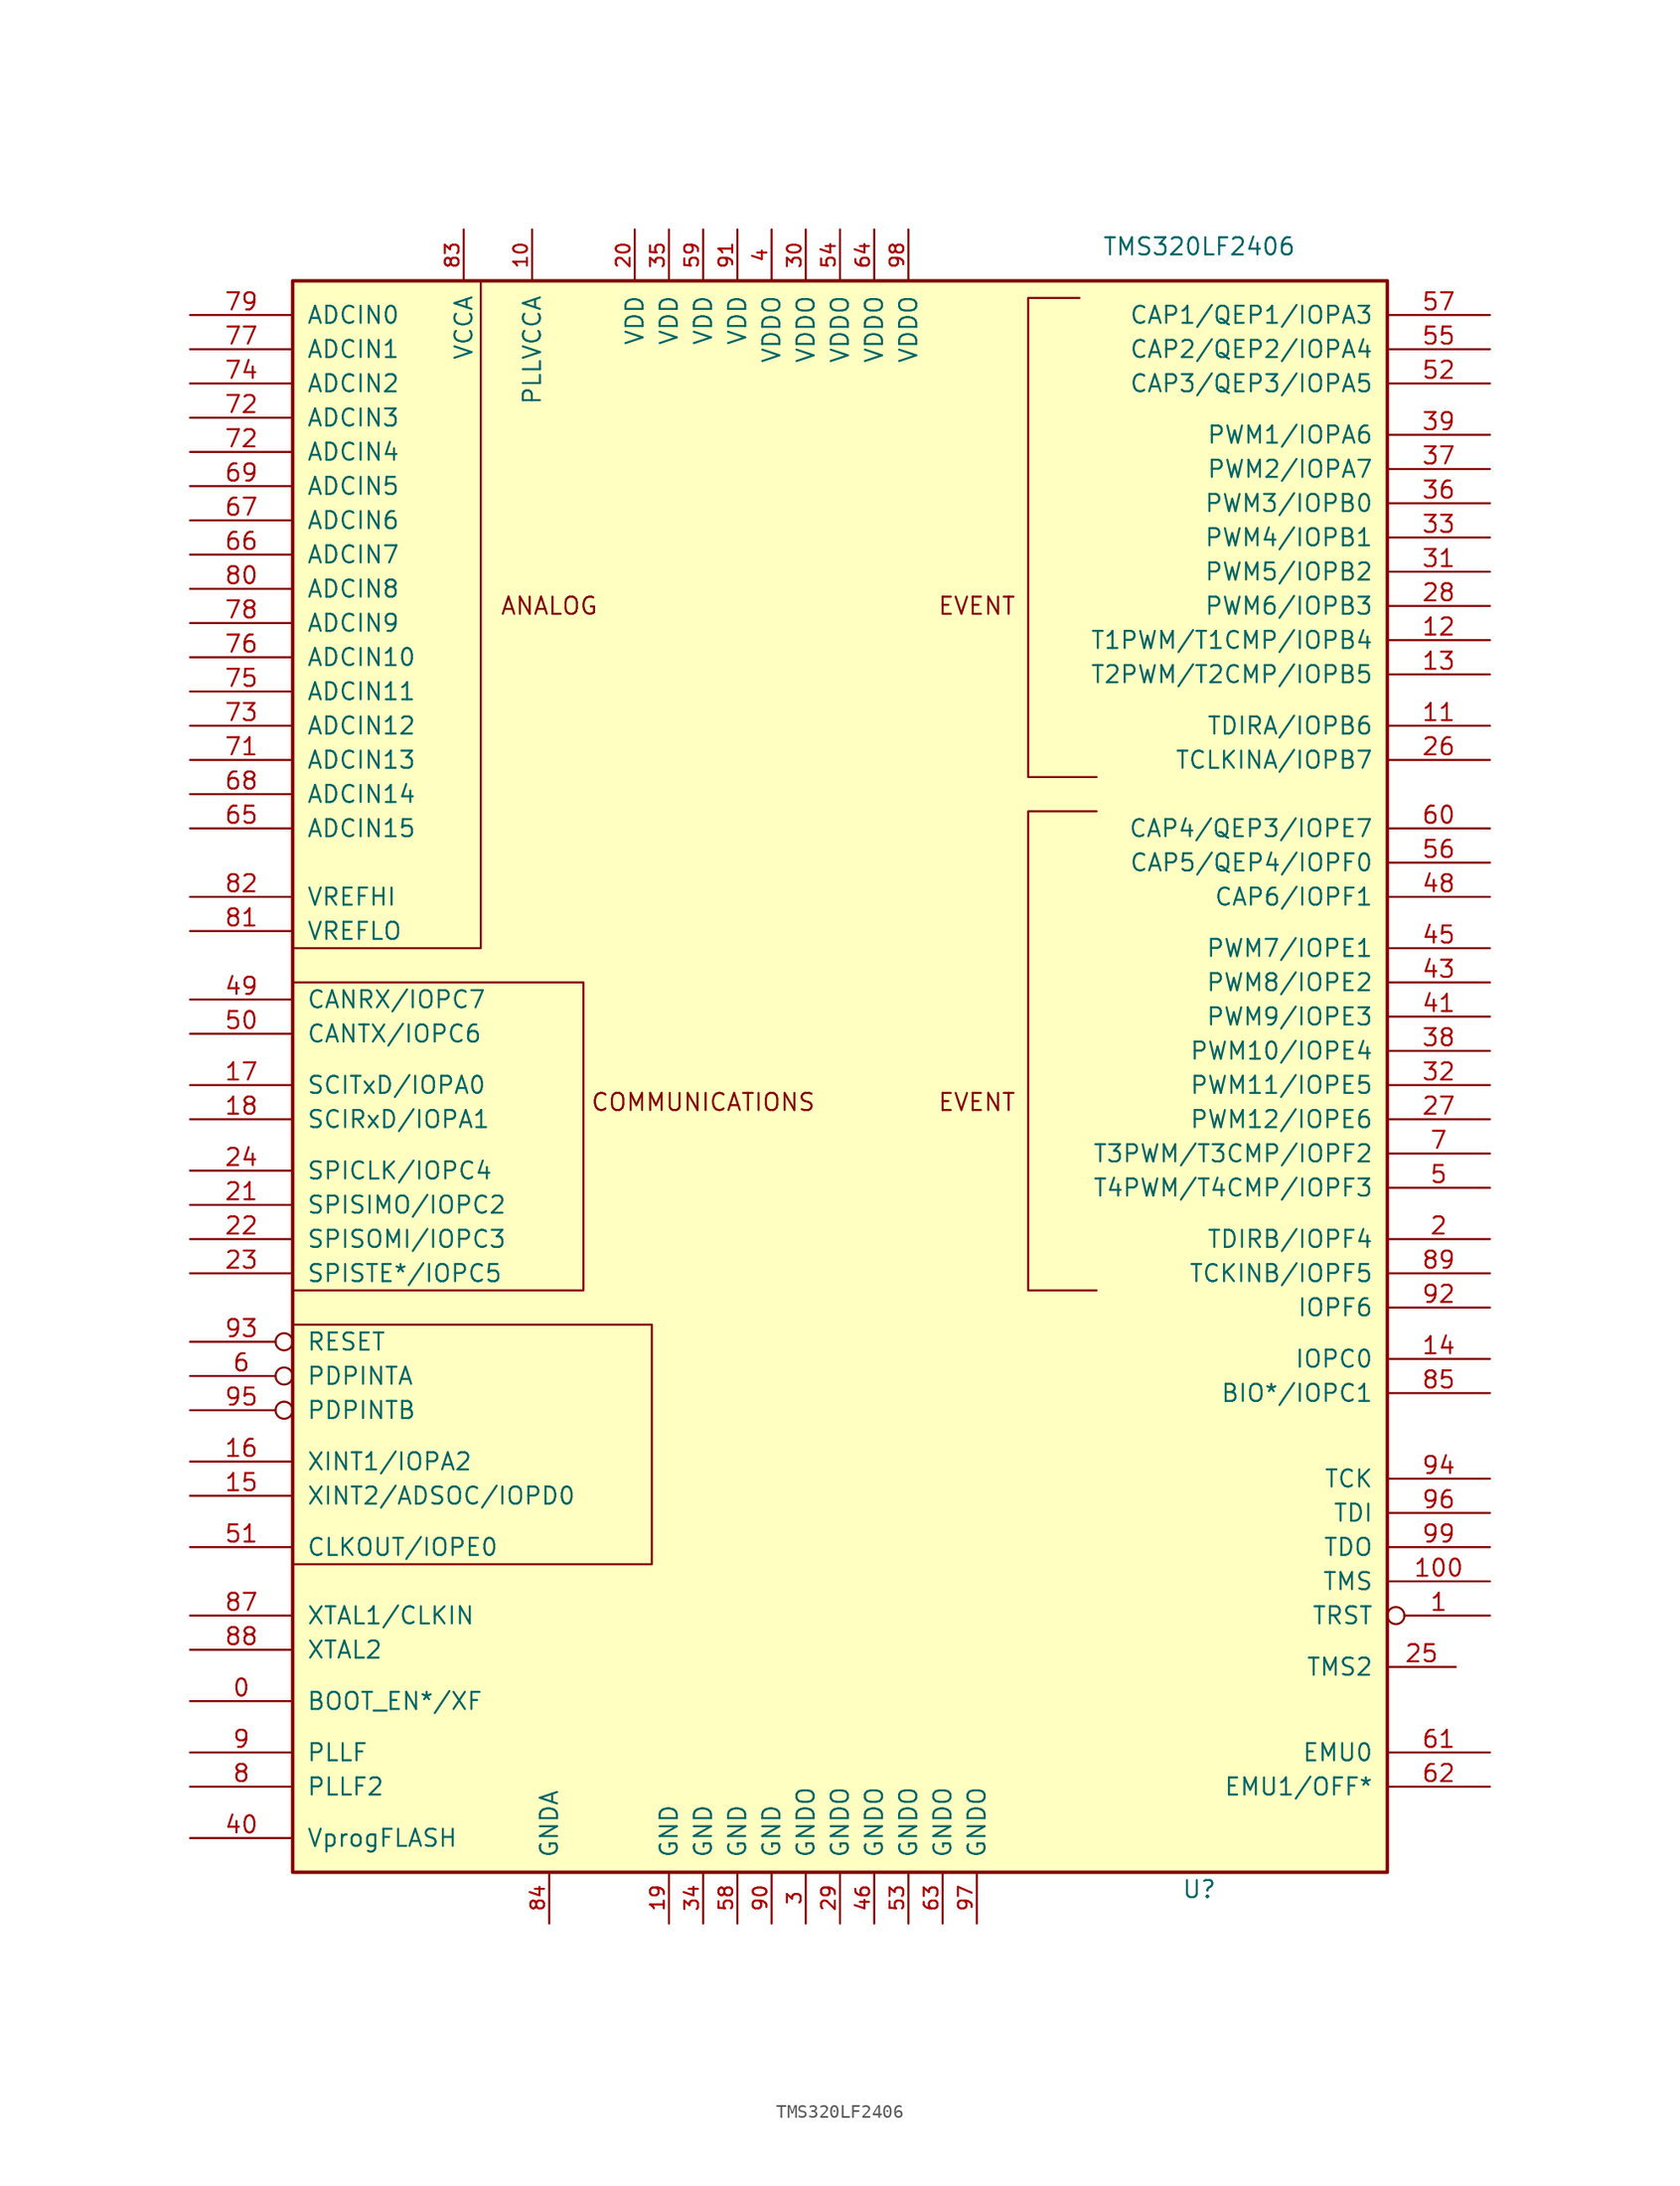
<source format=kicad_sym>
(kicad_symbol_lib
  (version 20211014)
  (generator kicad_symbol_editor)
  (symbol "TMS320LF2406"
    (pin_names
      (offset 1.016))
    (property "Reference" "U"
      (at 26.67 -60.96 0)
      (effects (font (size 1.27 1.27))))
    (property "Value" "TMS320LF2406"
      (at 26.67 60.96 0)
      (effects (font (size 1.27 1.27))))
    (symbol "TMS320LF2406_0_1"
      (rectangle (start -40.64 58.42) (end 40.64 -59.69) (stroke (width 0.254) (type default) (color 0 0 0 0)) (fill (type background)))
      (polyline (pts (xy -26.67 58.42) (xy -26.67 8.89) (xy -40.64 8.89)) (stroke (width 0) (type default) (color 0 0 0 0)) (fill (type none)))
      (polyline (pts (xy -40.64 -19.05) (xy -13.97 -19.05) (xy -13.97 -36.83) (xy -40.64 -36.83)) (stroke (width 0) (type default) (color 0 0 0 0)) (fill (type none)))
      (polyline (pts (xy -40.64 6.35) (xy -19.05 6.35) (xy -19.05 -16.51) (xy -40.64 -16.51)) (stroke (width 0) (type default) (color 0 0 0 0)) (fill (type none)))
      (polyline (pts (xy 17.78 57.15) (xy 13.97 57.15) (xy 13.97 21.59) (xy 19.05 21.59)) (stroke (width 0) (type default) (color 0 0 0 0)) (fill (type none)))
      (polyline (pts (xy 19.05 19.05) (xy 13.97 19.05) (xy 13.97 -16.51) (xy 19.05 -16.51)) (stroke (width 0) (type default) (color 0 0 0 0)) (fill (type none)))
      (text "ANALOG" (at -21.59 34.29 0) (effects (font (size 1.27 1.27))))
      (text "COMMUNICATIONS" (at -10.16 -2.54 0) (effects (font (size 1.27 1.27))))
      (text "EVENT" (at 10.16 -2.54 0) (effects (font (size 1.27 1.27))))
      (text "EVENT" (at 10.16 34.29 0) (effects (font (size 1.27 1.27))))
      (pin input line (at -48.26 53.34 0) (length 7.62) (name "ADCIN1" (effects (font (size 1.27 1.27)))) (number "77" (effects (font (size 1.27 1.27))))))
    (symbol "TMS320LF2406_1_1"
      (pin input line (at -48.26 -46.99 0) (length 7.62) (name "BOOT_EN*/XF" (effects (font (size 1.27 1.27)))) (number "0" (effects (font (size 1.27 1.27)))))
      (pin input inverted (at 48.26 -40.64 180) (length 7.62) (name "TRST" (effects (font (size 1.27 1.27)))) (number "1" (effects (font (size 1.27 1.27)))))
      (pin power_in line (at -22.86 62.23 270) (length 3.81) (name "PLLVCCA" (effects (font (size 1.27 1.27)))) (number "10" (effects (font (size 1.016 1.016)))))
      (pin input line (at 48.26 -38.1 180) (length 7.62) (name "TMS" (effects (font (size 1.27 1.27)))) (number "100" (effects (font (size 1.27 1.27)))))
      (pin bidirectional line (at 48.26 25.4 180) (length 7.62) (name "TDIRA/IOPB6" (effects (font (size 1.27 1.27)))) (number "11" (effects (font (size 1.27 1.27)))))
      (pin bidirectional line (at 48.26 31.75 180) (length 7.62) (name "T1PWM/T1CMP/IOPB4" (effects (font (size 1.27 1.27)))) (number "12" (effects (font (size 1.27 1.27)))))
      (pin bidirectional line (at 48.26 29.21 180) (length 7.62) (name "T2PWM/T2CMP/IOPB5" (effects (font (size 1.27 1.27)))) (number "13" (effects (font (size 1.27 1.27)))))
      (pin bidirectional line (at 48.26 -21.59 180) (length 7.62) (name "IOPC0" (effects (font (size 1.27 1.27)))) (number "14" (effects (font (size 1.27 1.27)))))
      (pin bidirectional line (at -48.26 -31.75 0) (length 7.62) (name "XINT2/ADSOC/IOPD0" (effects (font (size 1.27 1.27)))) (number "15" (effects (font (size 1.27 1.27)))))
      (pin bidirectional line (at -48.26 -29.21 0) (length 7.62) (name "XINT1/IOPA2" (effects (font (size 1.27 1.27)))) (number "16" (effects (font (size 1.27 1.27)))))
      (pin bidirectional line (at -48.26 -1.27 0) (length 7.62) (name "SCITxD/IOPA0" (effects (font (size 1.27 1.27)))) (number "17" (effects (font (size 1.27 1.27)))))
      (pin bidirectional line (at -48.26 -3.81 0) (length 7.62) (name "SCIRxD/IOPA1" (effects (font (size 1.27 1.27)))) (number "18" (effects (font (size 1.27 1.27)))))
      (pin power_in line (at -12.7 -63.5 90) (length 3.81) (name "GND" (effects (font (size 1.27 1.27)))) (number "19" (effects (font (size 1.016 1.016)))))
      (pin bidirectional line (at 48.26 -12.7 180) (length 7.62) (name "TDIRB/IOPF4" (effects (font (size 1.27 1.27)))) (number "2" (effects (font (size 1.27 1.27)))))
      (pin power_in line (at -15.24 62.23 270) (length 3.81) (name "VDD" (effects (font (size 1.27 1.27)))) (number "20" (effects (font (size 1.016 1.016)))))
      (pin bidirectional line (at -48.26 -10.16 0) (length 7.62) (name "SPISIMO/IOPC2" (effects (font (size 1.27 1.27)))) (number "21" (effects (font (size 1.27 1.27)))))
      (pin bidirectional line (at -48.26 -12.7 0) (length 7.62) (name "SPISOMI/IOPC3" (effects (font (size 1.27 1.27)))) (number "22" (effects (font (size 1.27 1.27)))))
      (pin bidirectional line (at -48.26 -15.24 0) (length 7.62) (name "SPISTE*/IOPC5" (effects (font (size 1.27 1.27)))) (number "23" (effects (font (size 1.27 1.27)))))
      (pin bidirectional line (at -48.26 -7.62 0) (length 7.62) (name "SPICLK/IOPC4" (effects (font (size 1.27 1.27)))) (number "24" (effects (font (size 1.27 1.27)))))
      (pin input line (at 45.72 -44.45 180) (length 5.08) (name "TMS2" (effects (font (size 1.27 1.27)))) (number "25" (effects (font (size 1.27 1.27)))))
      (pin bidirectional line (at 48.26 22.86 180) (length 7.62) (name "TCLKINA/IOPB7" (effects (font (size 1.27 1.27)))) (number "26" (effects (font (size 1.27 1.27)))))
      (pin bidirectional line (at 48.26 -3.81 180) (length 7.62) (name "PWM12/IOPE6" (effects (font (size 1.27 1.27)))) (number "27" (effects (font (size 1.27 1.27)))))
      (pin bidirectional line (at 48.26 34.29 180) (length 7.62) (name "PWM6/IOPB3" (effects (font (size 1.27 1.27)))) (number "28" (effects (font (size 1.27 1.27)))))
      (pin power_in line (at 0 -63.5 90) (length 3.81) (name "GNDO" (effects (font (size 1.27 1.27)))) (number "29" (effects (font (size 1.016 1.016)))))
      (pin power_in line (at -2.54 -63.5 90) (length 3.81) (name "GNDO" (effects (font (size 1.27 1.27)))) (number "3" (effects (font (size 1.016 1.016)))))
      (pin power_in line (at -2.54 62.23 270) (length 3.81) (name "VDDO" (effects (font (size 1.27 1.27)))) (number "30" (effects (font (size 1.016 1.016)))))
      (pin bidirectional line (at 48.26 36.83 180) (length 7.62) (name "PWM5/IOPB2" (effects (font (size 1.27 1.27)))) (number "31" (effects (font (size 1.27 1.27)))))
      (pin bidirectional line (at 48.26 -1.27 180) (length 7.62) (name "PWM11/IOPE5" (effects (font (size 1.27 1.27)))) (number "32" (effects (font (size 1.27 1.27)))))
      (pin bidirectional line (at 48.26 39.37 180) (length 7.62) (name "PWM4/IOPB1" (effects (font (size 1.27 1.27)))) (number "33" (effects (font (size 1.27 1.27)))))
      (pin power_in line (at -10.16 -63.5 90) (length 3.81) (name "GND" (effects (font (size 1.27 1.27)))) (number "34" (effects (font (size 1.016 1.016)))))
      (pin power_in line (at -12.7 62.23 270) (length 3.81) (name "VDD" (effects (font (size 1.27 1.27)))) (number "35" (effects (font (size 1.016 1.016)))))
      (pin bidirectional line (at 48.26 41.91 180) (length 7.62) (name "PWM3/IOPB0" (effects (font (size 1.27 1.27)))) (number "36" (effects (font (size 1.27 1.27)))))
      (pin bidirectional line (at 48.26 44.45 180) (length 7.62) (name "PWM2/IOPA7" (effects (font (size 1.27 1.27)))) (number "37" (effects (font (size 1.27 1.27)))))
      (pin bidirectional line (at 48.26 1.27 180) (length 7.62) (name "PWM10/IOPE4" (effects (font (size 1.27 1.27)))) (number "38" (effects (font (size 1.27 1.27)))))
      (pin bidirectional line (at 48.26 46.99 180) (length 7.62) (name "PWM1/IOPA6" (effects (font (size 1.27 1.27)))) (number "39" (effects (font (size 1.27 1.27)))))
      (pin power_in line (at -5.08 62.23 270) (length 3.81) (name "VDDO" (effects (font (size 1.27 1.27)))) (number "4" (effects (font (size 1.016 1.016)))))
      (pin input line (at -48.26 -57.15 0) (length 7.62) (name "VprogFLASH" (effects (font (size 1.27 1.27)))) (number "40" (effects (font (size 1.27 1.27)))))
      (pin bidirectional line (at 48.26 3.81 180) (length 7.62) (name "PWM9/IOPE3" (effects (font (size 1.27 1.27)))) (number "41" (effects (font (size 1.27 1.27)))))
      (pin bidirectional line (at 48.26 6.35 180) (length 7.62) (name "PWM8/IOPE2" (effects (font (size 1.27 1.27)))) (number "43" (effects (font (size 1.27 1.27)))))
      (pin bidirectional line (at 48.26 8.89 180) (length 7.62) (name "PWM7/IOPE1" (effects (font (size 1.27 1.27)))) (number "45" (effects (font (size 1.27 1.27)))))
      (pin power_in line (at 2.54 -63.5 90) (length 3.81) (name "GNDO" (effects (font (size 1.27 1.27)))) (number "46" (effects (font (size 1.016 1.016)))))
      (pin bidirectional line (at 48.26 12.7 180) (length 7.62) (name "CAP6/IOPF1" (effects (font (size 1.27 1.27)))) (number "48" (effects (font (size 1.27 1.27)))))
      (pin bidirectional line (at -48.26 5.08 0) (length 7.62) (name "CANRX/IOPC7" (effects (font (size 1.27 1.27)))) (number "49" (effects (font (size 1.27 1.27)))))
      (pin bidirectional line (at 48.26 -8.89 180) (length 7.62) (name "T4PWM/T4CMP/IOPF3" (effects (font (size 1.27 1.27)))) (number "5" (effects (font (size 1.27 1.27)))))
      (pin bidirectional line (at -48.26 2.54 0) (length 7.62) (name "CANTX/IOPC6" (effects (font (size 1.27 1.27)))) (number "50" (effects (font (size 1.27 1.27)))))
      (pin bidirectional line (at -48.26 -35.56 0) (length 7.62) (name "CLKOUT/IOPE0" (effects (font (size 1.27 1.27)))) (number "51" (effects (font (size 1.27 1.27)))))
      (pin bidirectional line (at 48.26 50.8 180) (length 7.62) (name "CAP3/QEP3/IOPA5" (effects (font (size 1.27 1.27)))) (number "52" (effects (font (size 1.27 1.27)))))
      (pin power_in line (at 5.08 -63.5 90) (length 3.81) (name "GNDO" (effects (font (size 1.27 1.27)))) (number "53" (effects (font (size 1.016 1.016)))))
      (pin power_in line (at 0 62.23 270) (length 3.81) (name "VDDO" (effects (font (size 1.27 1.27)))) (number "54" (effects (font (size 1.016 1.016)))))
      (pin bidirectional line (at 48.26 53.34 180) (length 7.62) (name "CAP2/QEP2/IOPA4" (effects (font (size 1.27 1.27)))) (number "55" (effects (font (size 1.27 1.27)))))
      (pin bidirectional line (at 48.26 15.24 180) (length 7.62) (name "CAP5/QEP4/IOPF0" (effects (font (size 1.27 1.27)))) (number "56" (effects (font (size 1.27 1.27)))))
      (pin bidirectional line (at 48.26 55.88 180) (length 7.62) (name "CAP1/QEP1/IOPA3" (effects (font (size 1.27 1.27)))) (number "57" (effects (font (size 1.27 1.27)))))
      (pin power_in line (at -7.62 -63.5 90) (length 3.81) (name "GND" (effects (font (size 1.27 1.27)))) (number "58" (effects (font (size 1.016 1.016)))))
      (pin power_in line (at -10.16 62.23 270) (length 3.81) (name "VDD" (effects (font (size 1.27 1.27)))) (number "59" (effects (font (size 1.016 1.016)))))
      (pin input inverted (at -48.26 -22.86 0) (length 7.62) (name "PDPINTA" (effects (font (size 1.27 1.27)))) (number "6" (effects (font (size 1.27 1.27)))))
      (pin bidirectional line (at 48.26 17.78 180) (length 7.62) (name "CAP4/QEP3/IOPE7" (effects (font (size 1.27 1.27)))) (number "60" (effects (font (size 1.27 1.27)))))
      (pin bidirectional line (at 48.26 -50.8 180) (length 7.62) (name "EMU0" (effects (font (size 1.27 1.27)))) (number "61" (effects (font (size 1.27 1.27)))))
      (pin bidirectional line (at 48.26 -53.34 180) (length 7.62) (name "EMU1/OFF*" (effects (font (size 1.27 1.27)))) (number "62" (effects (font (size 1.27 1.27)))))
      (pin power_in line (at 7.62 -63.5 90) (length 3.81) (name "GNDO" (effects (font (size 1.27 1.27)))) (number "63" (effects (font (size 1.016 1.016)))))
      (pin power_in line (at 2.54 62.23 270) (length 3.81) (name "VDDO" (effects (font (size 1.27 1.27)))) (number "64" (effects (font (size 1.016 1.016)))))
      (pin input line (at -48.26 17.78 0) (length 7.62) (name "ADCIN15" (effects (font (size 1.27 1.27)))) (number "65" (effects (font (size 1.27 1.27)))))
      (pin input line (at -48.26 38.1 0) (length 7.62) (name "ADCIN7" (effects (font (size 1.27 1.27)))) (number "66" (effects (font (size 1.27 1.27)))))
      (pin input line (at -48.26 40.64 0) (length 7.62) (name "ADCIN6" (effects (font (size 1.27 1.27)))) (number "67" (effects (font (size 1.27 1.27)))))
      (pin input line (at -48.26 20.32 0) (length 7.62) (name "ADCIN14" (effects (font (size 1.27 1.27)))) (number "68" (effects (font (size 1.27 1.27)))))
      (pin input line (at -48.26 43.18 0) (length 7.62) (name "ADCIN5" (effects (font (size 1.27 1.27)))) (number "69" (effects (font (size 1.27 1.27)))))
      (pin bidirectional line (at 48.26 -6.35 180) (length 7.62) (name "T3PWM/T3CMP/IOPF2" (effects (font (size 1.27 1.27)))) (number "7" (effects (font (size 1.27 1.27)))))
      (pin input line (at -48.26 22.86 0) (length 7.62) (name "ADCIN13" (effects (font (size 1.27 1.27)))) (number "71" (effects (font (size 1.27 1.27)))))
      (pin input line (at -48.26 48.26 0) (length 7.62) (name "ADCIN3" (effects (font (size 1.27 1.27)))) (number "72" (effects (font (size 1.27 1.27)))))
      (pin input line (at -48.26 45.72 0) (length 7.62) (name "ADCIN4" (effects (font (size 1.27 1.27)))) (number "72" (effects (font (size 1.27 1.27)))))
      (pin input line (at -48.26 25.4 0) (length 7.62) (name "ADCIN12" (effects (font (size 1.27 1.27)))) (number "73" (effects (font (size 1.27 1.27)))))
      (pin input line (at -48.26 50.8 0) (length 7.62) (name "ADCIN2" (effects (font (size 1.27 1.27)))) (number "74" (effects (font (size 1.27 1.27)))))
      (pin input line (at -48.26 27.94 0) (length 7.62) (name "ADCIN11" (effects (font (size 1.27 1.27)))) (number "75" (effects (font (size 1.27 1.27)))))
      (pin input line (at -48.26 30.48 0) (length 7.62) (name "ADCIN10" (effects (font (size 1.27 1.27)))) (number "76" (effects (font (size 1.27 1.27)))))
      (pin input line (at -48.26 33.02 0) (length 7.62) (name "ADCIN9" (effects (font (size 1.27 1.27)))) (number "78" (effects (font (size 1.27 1.27)))))
      (pin input line (at -48.26 55.88 0) (length 7.62) (name "ADCIN0" (effects (font (size 1.27 1.27)))) (number "79" (effects (font (size 1.27 1.27)))))
      (pin input line (at -48.26 -53.34 0) (length 7.62) (name "PLLF2" (effects (font (size 1.27 1.27)))) (number "8" (effects (font (size 1.27 1.27)))))
      (pin input line (at -48.26 35.56 0) (length 7.62) (name "ADCIN8" (effects (font (size 1.27 1.27)))) (number "80" (effects (font (size 1.27 1.27)))))
      (pin input line (at -48.26 10.16 0) (length 7.62) (name "VREFLO" (effects (font (size 1.27 1.27)))) (number "81" (effects (font (size 1.27 1.27)))))
      (pin input line (at -48.26 12.7 0) (length 7.62) (name "VREFHI" (effects (font (size 1.27 1.27)))) (number "82" (effects (font (size 1.27 1.27)))))
      (pin power_in line (at -27.94 62.23 270) (length 3.81) (name "VCCA" (effects (font (size 1.27 1.27)))) (number "83" (effects (font (size 1.016 1.016)))))
      (pin power_in line (at -21.59 -63.5 90) (length 3.81) (name "GNDA" (effects (font (size 1.27 1.27)))) (number "84" (effects (font (size 1.016 1.016)))))
      (pin bidirectional line (at 48.26 -24.13 180) (length 7.62) (name "BIO*/IOPC1" (effects (font (size 1.27 1.27)))) (number "85" (effects (font (size 1.27 1.27)))))
      (pin input line (at -48.26 -40.64 0) (length 7.62) (name "XTAL1/CLKIN" (effects (font (size 1.27 1.27)))) (number "87" (effects (font (size 1.27 1.27)))))
      (pin output line (at -48.26 -43.18 0) (length 7.62) (name "XTAL2" (effects (font (size 1.27 1.27)))) (number "88" (effects (font (size 1.27 1.27)))))
      (pin bidirectional line (at 48.26 -15.24 180) (length 7.62) (name "TCKINB/IOPF5" (effects (font (size 1.27 1.27)))) (number "89" (effects (font (size 1.27 1.27)))))
      (pin input line (at -48.26 -50.8 0) (length 7.62) (name "PLLF" (effects (font (size 1.27 1.27)))) (number "9" (effects (font (size 1.27 1.27)))))
      (pin power_in line (at -5.08 -63.5 90) (length 3.81) (name "GND" (effects (font (size 1.27 1.27)))) (number "90" (effects (font (size 1.016 1.016)))))
      (pin power_in line (at -7.62 62.23 270) (length 3.81) (name "VDD" (effects (font (size 1.27 1.27)))) (number "91" (effects (font (size 1.016 1.016)))))
      (pin bidirectional line (at 48.26 -17.78 180) (length 7.62) (name "IOPF6" (effects (font (size 1.27 1.27)))) (number "92" (effects (font (size 1.27 1.27)))))
      (pin input inverted (at -48.26 -20.32 0) (length 7.62) (name "RESET" (effects (font (size 1.27 1.27)))) (number "93" (effects (font (size 1.27 1.27)))))
      (pin bidirectional line (at 48.26 -30.48 180) (length 7.62) (name "TCK" (effects (font (size 1.27 1.27)))) (number "94" (effects (font (size 1.27 1.27)))))
      (pin input inverted (at -48.26 -25.4 0) (length 7.62) (name "PDPINTB" (effects (font (size 1.27 1.27)))) (number "95" (effects (font (size 1.27 1.27)))))
      (pin input line (at 48.26 -33.02 180) (length 7.62) (name "TDI" (effects (font (size 1.27 1.27)))) (number "96" (effects (font (size 1.27 1.27)))))
      (pin power_in line (at 10.16 -63.5 90) (length 3.81) (name "GNDO" (effects (font (size 1.27 1.27)))) (number "97" (effects (font (size 1.016 1.016)))))
      (pin power_in line (at 5.08 62.23 270) (length 3.81) (name "VDDO" (effects (font (size 1.27 1.27)))) (number "98" (effects (font (size 1.016 1.016)))))
      (pin output line (at 48.26 -35.56 180) (length 7.62) (name "TDO" (effects (font (size 1.27 1.27)))) (number "99" (effects (font (size 1.27 1.27))))))))
</source>
